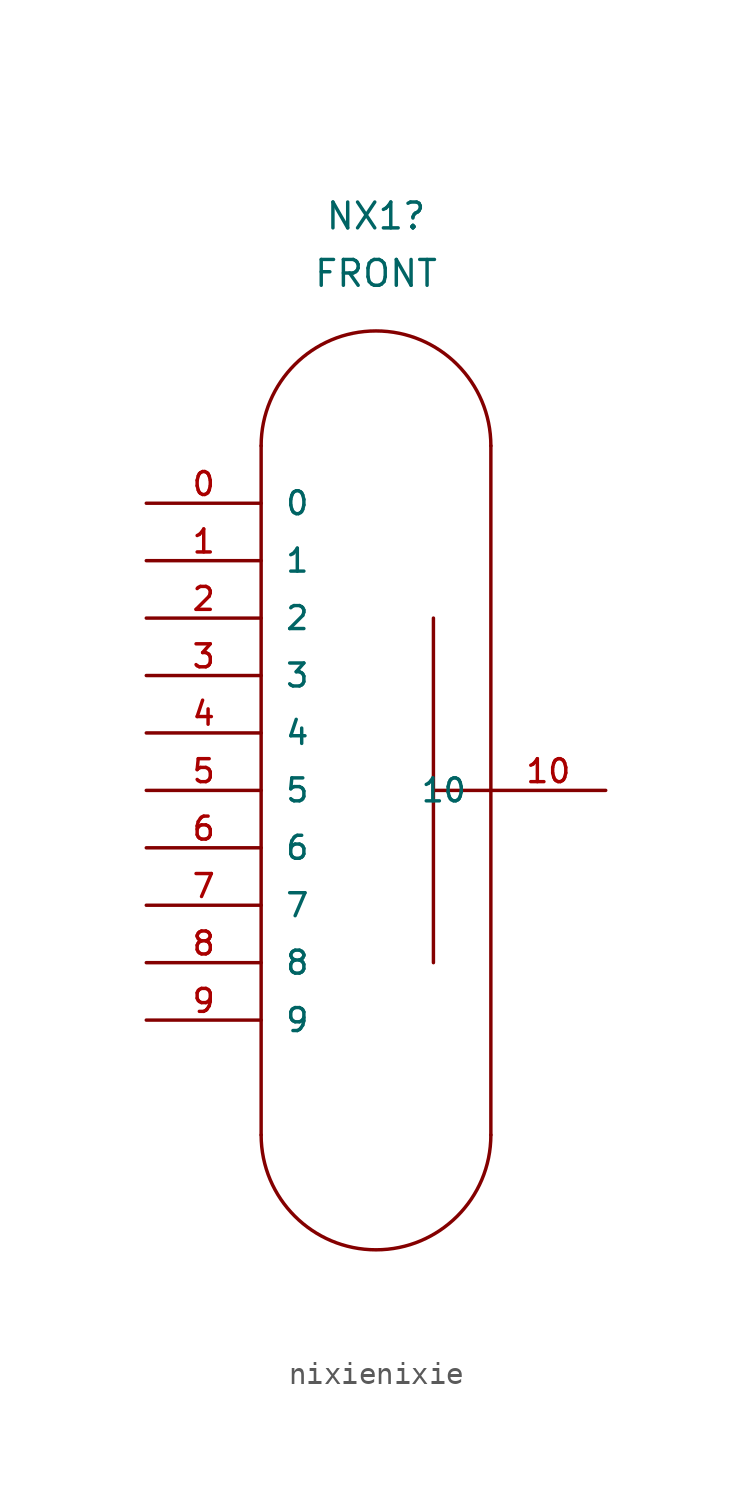
<source format=kicad_sym>
(kicad_symbol_lib
  (version 20241209)
  (generator "kicad_symbol_editor")
  (generator_version "9.0")
  (symbol "nixienixie"
    (pin_names
      (offset 1.016))
    (property "Reference" "NX1"
      (at 0 27.94 0)
      (effects (font (size 1.143 1.143))))
    (property "Value" "FRONT"
      (at 0 25.4 0)
      (effects (font (size 1.143 1.143))))
    (symbol "nixienixie_1_0"
      (polyline (pts (xy -5.08 17.78) (xy -5.08 -12.7)) (stroke (width 0) (type default)) (fill (type none)))
      (polyline (pts (xy 2.54 2.54) (xy 2.54 10.16)) (stroke (width 0) (type default)) (fill (type none)))
      (polyline (pts (xy 2.54 -5.08) (xy 2.54 2.54)) (stroke (width 0) (type default)) (fill (type none)))
      (polyline (pts (xy 5.08 17.78) (xy 5.08 2.54)) (stroke (width 0) (type default)) (fill (type none)))
      (polyline (pts (xy 5.08 2.54) (xy 2.54 2.54)) (stroke (width 0) (type default)) (fill (type none)))
      (polyline (pts (xy 5.08 2.54) (xy 5.08 -12.7)) (stroke (width 0) (type default)) (fill (type none))))
    (symbol "nixienixie_1_1"
      (arc (start -5.08 17.78) (mid 0 22.8378) (end 5.08 17.78) (stroke (width 0) (type default)) (fill (type none)))
      (arc (start 5.08 -12.7) (mid 0 -17.7578) (end -5.08 -12.7) (stroke (width 0) (type default)) (fill (type none)))
      (pin passive line (at -10.16 15.24 0) (length 5.08) (name "0" (effects (font (size 1.016 1.016)))) (number "0" (effects (font (size 1.016 1.016)))))
      (pin passive line (at -10.16 12.7 0) (length 5.08) (name "1" (effects (font (size 1.016 1.016)))) (number "1" (effects (font (size 1.016 1.016)))))
      (pin passive line (at -10.16 10.16 0) (length 5.08) (name "2" (effects (font (size 1.016 1.016)))) (number "2" (effects (font (size 1.016 1.016)))))
      (pin passive line (at -10.16 7.62 0) (length 5.08) (name "3" (effects (font (size 1.016 1.016)))) (number "3" (effects (font (size 1.016 1.016)))))
      (pin passive line (at -10.16 5.08 0) (length 5.08) (name "4" (effects (font (size 1.016 1.016)))) (number "4" (effects (font (size 1.016 1.016)))))
      (pin passive line (at -10.16 2.54 0) (length 5.08) (name "5" (effects (font (size 1.016 1.016)))) (number "5" (effects (font (size 1.016 1.016)))))
      (pin passive line (at -10.16 0 0) (length 5.08) (name "6" (effects (font (size 1.016 1.016)))) (number "6" (effects (font (size 1.016 1.016)))))
      (pin passive line (at -10.16 -2.54 0) (length 5.08) (name "7" (effects (font (size 1.016 1.016)))) (number "7" (effects (font (size 1.016 1.016)))))
      (pin passive line (at -10.16 -5.08 0) (length 5.08) (name "8" (effects (font (size 1.016 1.016)))) (number "8" (effects (font (size 1.016 1.016)))))
      (pin passive line (at -10.16 -7.62 0) (length 5.08) (name "9" (effects (font (size 1.016 1.016)))) (number "9" (effects (font (size 1.016 1.016)))))
      (pin passive line (at 10.16 2.54 180) (length 5.08) (name "10" (effects (font (size 1.016 1.016)))) (number "10" (effects (font (size 1.016 1.016))))))))
</source>
